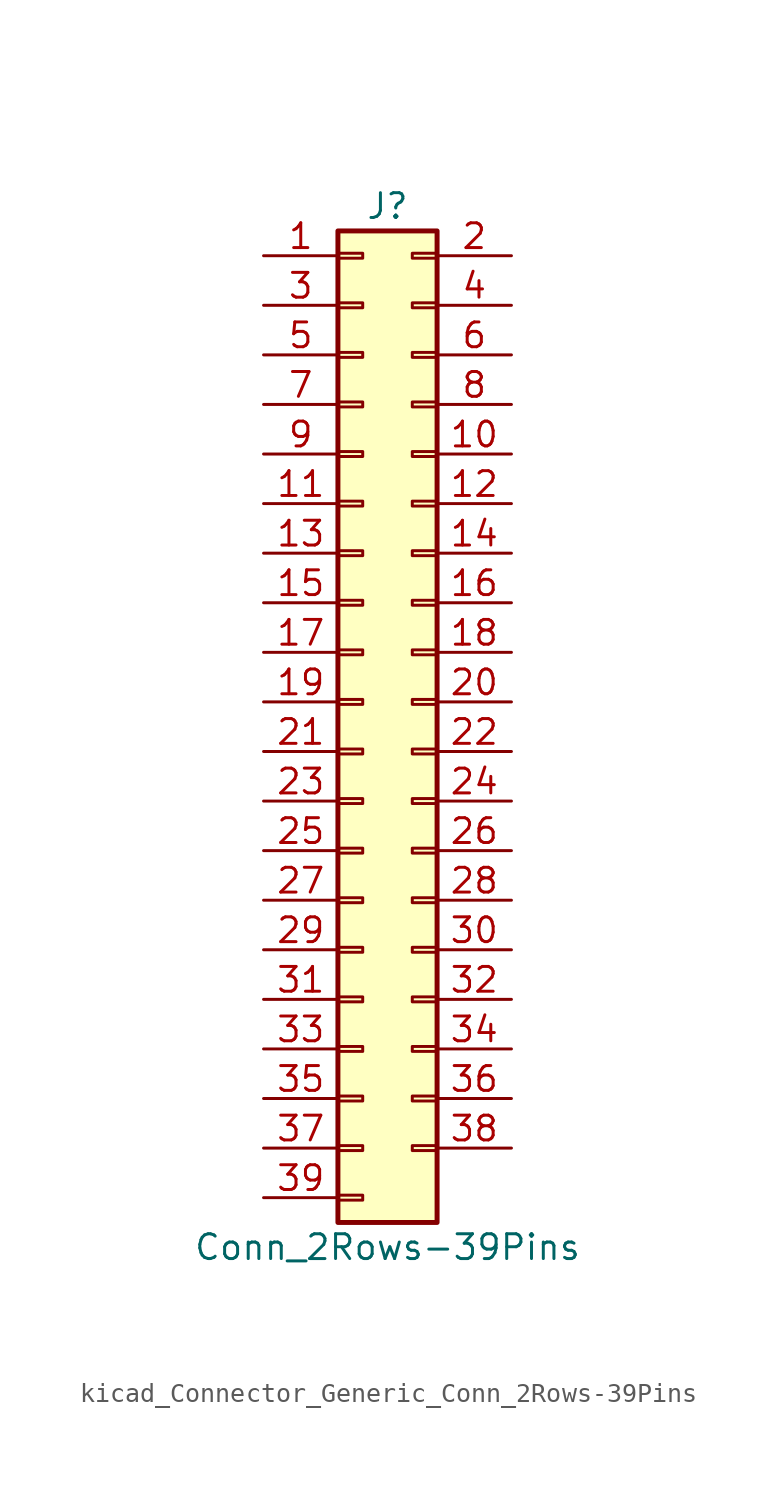
<source format=kicad_sym>
(kicad_symbol_lib
  (version 20220914)
  (generator kicad_symbol_editor)
  (symbol "kicad_Connector_Generic_Conn_2Rows-39Pins"
    (pin_names
      (offset 1.016) hide)
    (property "Reference" "J"
      (at 1.27 25.4 0)
      (effects (font (size 1.27 1.27))))
    (property "Value" "Conn_2Rows-39Pins"
      (at 1.27 -27.94 0)
      (effects (font (size 1.27 1.27))))
    (symbol "kicad_Connector_Generic_Conn_2Rows-39Pins_1_1"
      (rectangle (start -1.27 -25.273) (end 0 -25.527) (stroke (width 0.152) (type default)) (fill (type none)))
      (rectangle (start -1.27 -22.733) (end 0 -22.987) (stroke (width 0.152) (type default)) (fill (type none)))
      (rectangle (start -1.27 -20.193) (end 0 -20.447) (stroke (width 0.152) (type default)) (fill (type none)))
      (rectangle (start -1.27 -17.653) (end 0 -17.907) (stroke (width 0.152) (type default)) (fill (type none)))
      (rectangle (start -1.27 -15.113) (end 0 -15.367) (stroke (width 0.152) (type default)) (fill (type none)))
      (rectangle (start -1.27 -12.573) (end 0 -12.827) (stroke (width 0.152) (type default)) (fill (type none)))
      (rectangle (start -1.27 -10.033) (end 0 -10.287) (stroke (width 0.152) (type default)) (fill (type none)))
      (rectangle (start -1.27 -7.493) (end 0 -7.747) (stroke (width 0.152) (type default)) (fill (type none)))
      (rectangle (start -1.27 -4.953) (end 0 -5.207) (stroke (width 0.152) (type default)) (fill (type none)))
      (rectangle (start -1.27 -2.413) (end 0 -2.667) (stroke (width 0.152) (type default)) (fill (type none)))
      (rectangle (start -1.27 0.127) (end 0 -0.127) (stroke (width 0.152) (type default)) (fill (type none)))
      (rectangle (start -1.27 2.667) (end 0 2.413) (stroke (width 0.152) (type default)) (fill (type none)))
      (rectangle (start -1.27 5.207) (end 0 4.953) (stroke (width 0.152) (type default)) (fill (type none)))
      (rectangle (start -1.27 7.747) (end 0 7.493) (stroke (width 0.152) (type default)) (fill (type none)))
      (rectangle (start -1.27 10.287) (end 0 10.033) (stroke (width 0.152) (type default)) (fill (type none)))
      (rectangle (start -1.27 12.827) (end 0 12.573) (stroke (width 0.152) (type default)) (fill (type none)))
      (rectangle (start -1.27 15.367) (end 0 15.113) (stroke (width 0.152) (type default)) (fill (type none)))
      (rectangle (start -1.27 17.907) (end 0 17.653) (stroke (width 0.152) (type default)) (fill (type none)))
      (rectangle (start -1.27 20.447) (end 0 20.193) (stroke (width 0.152) (type default)) (fill (type none)))
      (rectangle (start -1.27 22.987) (end 0 22.733) (stroke (width 0.152) (type default)) (fill (type none)))
      (rectangle (start -1.27 24.13) (end 3.81 -26.67) (stroke (width 0.254) (type default)) (fill (type background)))
      (rectangle (start 3.81 -22.733) (end 2.54 -22.987) (stroke (width 0.152) (type default)) (fill (type none)))
      (rectangle (start 3.81 -20.193) (end 2.54 -20.447) (stroke (width 0.152) (type default)) (fill (type none)))
      (rectangle (start 3.81 -17.653) (end 2.54 -17.907) (stroke (width 0.152) (type default)) (fill (type none)))
      (rectangle (start 3.81 -15.113) (end 2.54 -15.367) (stroke (width 0.152) (type default)) (fill (type none)))
      (rectangle (start 3.81 -12.573) (end 2.54 -12.827) (stroke (width 0.152) (type default)) (fill (type none)))
      (rectangle (start 3.81 -10.033) (end 2.54 -10.287) (stroke (width 0.152) (type default)) (fill (type none)))
      (rectangle (start 3.81 -7.493) (end 2.54 -7.747) (stroke (width 0.152) (type default)) (fill (type none)))
      (rectangle (start 3.81 -4.953) (end 2.54 -5.207) (stroke (width 0.152) (type default)) (fill (type none)))
      (rectangle (start 3.81 -2.413) (end 2.54 -2.667) (stroke (width 0.152) (type default)) (fill (type none)))
      (rectangle (start 3.81 0.127) (end 2.54 -0.127) (stroke (width 0.152) (type default)) (fill (type none)))
      (rectangle (start 3.81 2.667) (end 2.54 2.413) (stroke (width 0.152) (type default)) (fill (type none)))
      (rectangle (start 3.81 5.207) (end 2.54 4.953) (stroke (width 0.152) (type default)) (fill (type none)))
      (rectangle (start 3.81 7.747) (end 2.54 7.493) (stroke (width 0.152) (type default)) (fill (type none)))
      (rectangle (start 3.81 10.287) (end 2.54 10.033) (stroke (width 0.152) (type default)) (fill (type none)))
      (rectangle (start 3.81 12.827) (end 2.54 12.573) (stroke (width 0.152) (type default)) (fill (type none)))
      (rectangle (start 3.81 15.367) (end 2.54 15.113) (stroke (width 0.152) (type default)) (fill (type none)))
      (rectangle (start 3.81 17.907) (end 2.54 17.653) (stroke (width 0.152) (type default)) (fill (type none)))
      (rectangle (start 3.81 20.447) (end 2.54 20.193) (stroke (width 0.152) (type default)) (fill (type none)))
      (rectangle (start 3.81 22.987) (end 2.54 22.733) (stroke (width 0.152) (type default)) (fill (type none)))
      (pin passive line (at -5.08 22.86 0) (length 3.81) (name "Pin_1" (effects (font (size 1.27 1.27)))) (number "1" (effects (font (size 1.27 1.27)))))
      (pin passive line (at 7.62 12.7 180) (length 3.81) (name "Pin_10" (effects (font (size 1.27 1.27)))) (number "10" (effects (font (size 1.27 1.27)))))
      (pin passive line (at -5.08 10.16 0) (length 3.81) (name "Pin_11" (effects (font (size 1.27 1.27)))) (number "11" (effects (font (size 1.27 1.27)))))
      (pin passive line (at 7.62 10.16 180) (length 3.81) (name "Pin_12" (effects (font (size 1.27 1.27)))) (number "12" (effects (font (size 1.27 1.27)))))
      (pin passive line (at -5.08 7.62 0) (length 3.81) (name "Pin_13" (effects (font (size 1.27 1.27)))) (number "13" (effects (font (size 1.27 1.27)))))
      (pin passive line (at 7.62 7.62 180) (length 3.81) (name "Pin_14" (effects (font (size 1.27 1.27)))) (number "14" (effects (font (size 1.27 1.27)))))
      (pin passive line (at -5.08 5.08 0) (length 3.81) (name "Pin_15" (effects (font (size 1.27 1.27)))) (number "15" (effects (font (size 1.27 1.27)))))
      (pin passive line (at 7.62 5.08 180) (length 3.81) (name "Pin_16" (effects (font (size 1.27 1.27)))) (number "16" (effects (font (size 1.27 1.27)))))
      (pin passive line (at -5.08 2.54 0) (length 3.81) (name "Pin_17" (effects (font (size 1.27 1.27)))) (number "17" (effects (font (size 1.27 1.27)))))
      (pin passive line (at 7.62 2.54 180) (length 3.81) (name "Pin_18" (effects (font (size 1.27 1.27)))) (number "18" (effects (font (size 1.27 1.27)))))
      (pin passive line (at -5.08 0 0) (length 3.81) (name "Pin_19" (effects (font (size 1.27 1.27)))) (number "19" (effects (font (size 1.27 1.27)))))
      (pin passive line (at 7.62 22.86 180) (length 3.81) (name "Pin_2" (effects (font (size 1.27 1.27)))) (number "2" (effects (font (size 1.27 1.27)))))
      (pin passive line (at 7.62 0 180) (length 3.81) (name "Pin_20" (effects (font (size 1.27 1.27)))) (number "20" (effects (font (size 1.27 1.27)))))
      (pin passive line (at -5.08 -2.54 0) (length 3.81) (name "Pin_21" (effects (font (size 1.27 1.27)))) (number "21" (effects (font (size 1.27 1.27)))))
      (pin passive line (at 7.62 -2.54 180) (length 3.81) (name "Pin_22" (effects (font (size 1.27 1.27)))) (number "22" (effects (font (size 1.27 1.27)))))
      (pin passive line (at -5.08 -5.08 0) (length 3.81) (name "Pin_23" (effects (font (size 1.27 1.27)))) (number "23" (effects (font (size 1.27 1.27)))))
      (pin passive line (at 7.62 -5.08 180) (length 3.81) (name "Pin_24" (effects (font (size 1.27 1.27)))) (number "24" (effects (font (size 1.27 1.27)))))
      (pin passive line (at -5.08 -7.62 0) (length 3.81) (name "Pin_25" (effects (font (size 1.27 1.27)))) (number "25" (effects (font (size 1.27 1.27)))))
      (pin passive line (at 7.62 -7.62 180) (length 3.81) (name "Pin_26" (effects (font (size 1.27 1.27)))) (number "26" (effects (font (size 1.27 1.27)))))
      (pin passive line (at -5.08 -10.16 0) (length 3.81) (name "Pin_27" (effects (font (size 1.27 1.27)))) (number "27" (effects (font (size 1.27 1.27)))))
      (pin passive line (at 7.62 -10.16 180) (length 3.81) (name "Pin_28" (effects (font (size 1.27 1.27)))) (number "28" (effects (font (size 1.27 1.27)))))
      (pin passive line (at -5.08 -12.7 0) (length 3.81) (name "Pin_29" (effects (font (size 1.27 1.27)))) (number "29" (effects (font (size 1.27 1.27)))))
      (pin passive line (at -5.08 20.32 0) (length 3.81) (name "Pin_3" (effects (font (size 1.27 1.27)))) (number "3" (effects (font (size 1.27 1.27)))))
      (pin passive line (at 7.62 -12.7 180) (length 3.81) (name "Pin_30" (effects (font (size 1.27 1.27)))) (number "30" (effects (font (size 1.27 1.27)))))
      (pin passive line (at -5.08 -15.24 0) (length 3.81) (name "Pin_31" (effects (font (size 1.27 1.27)))) (number "31" (effects (font (size 1.27 1.27)))))
      (pin passive line (at 7.62 -15.24 180) (length 3.81) (name "Pin_32" (effects (font (size 1.27 1.27)))) (number "32" (effects (font (size 1.27 1.27)))))
      (pin passive line (at -5.08 -17.78 0) (length 3.81) (name "Pin_33" (effects (font (size 1.27 1.27)))) (number "33" (effects (font (size 1.27 1.27)))))
      (pin passive line (at 7.62 -17.78 180) (length 3.81) (name "Pin_34" (effects (font (size 1.27 1.27)))) (number "34" (effects (font (size 1.27 1.27)))))
      (pin passive line (at -5.08 -20.32 0) (length 3.81) (name "Pin_35" (effects (font (size 1.27 1.27)))) (number "35" (effects (font (size 1.27 1.27)))))
      (pin passive line (at 7.62 -20.32 180) (length 3.81) (name "Pin_36" (effects (font (size 1.27 1.27)))) (number "36" (effects (font (size 1.27 1.27)))))
      (pin passive line (at -5.08 -22.86 0) (length 3.81) (name "Pin_37" (effects (font (size 1.27 1.27)))) (number "37" (effects (font (size 1.27 1.27)))))
      (pin passive line (at 7.62 -22.86 180) (length 3.81) (name "Pin_38" (effects (font (size 1.27 1.27)))) (number "38" (effects (font (size 1.27 1.27)))))
      (pin passive line (at -5.08 -25.4 0) (length 3.81) (name "Pin_39" (effects (font (size 1.27 1.27)))) (number "39" (effects (font (size 1.27 1.27)))))
      (pin passive line (at 7.62 20.32 180) (length 3.81) (name "Pin_4" (effects (font (size 1.27 1.27)))) (number "4" (effects (font (size 1.27 1.27)))))
      (pin passive line (at -5.08 17.78 0) (length 3.81) (name "Pin_5" (effects (font (size 1.27 1.27)))) (number "5" (effects (font (size 1.27 1.27)))))
      (pin passive line (at 7.62 17.78 180) (length 3.81) (name "Pin_6" (effects (font (size 1.27 1.27)))) (number "6" (effects (font (size 1.27 1.27)))))
      (pin passive line (at -5.08 15.24 0) (length 3.81) (name "Pin_7" (effects (font (size 1.27 1.27)))) (number "7" (effects (font (size 1.27 1.27)))))
      (pin passive line (at 7.62 15.24 180) (length 3.81) (name "Pin_8" (effects (font (size 1.27 1.27)))) (number "8" (effects (font (size 1.27 1.27)))))
      (pin passive line (at -5.08 12.7 0) (length 3.81) (name "Pin_9" (effects (font (size 1.27 1.27)))) (number "9" (effects (font (size 1.27 1.27))))))))
</source>
